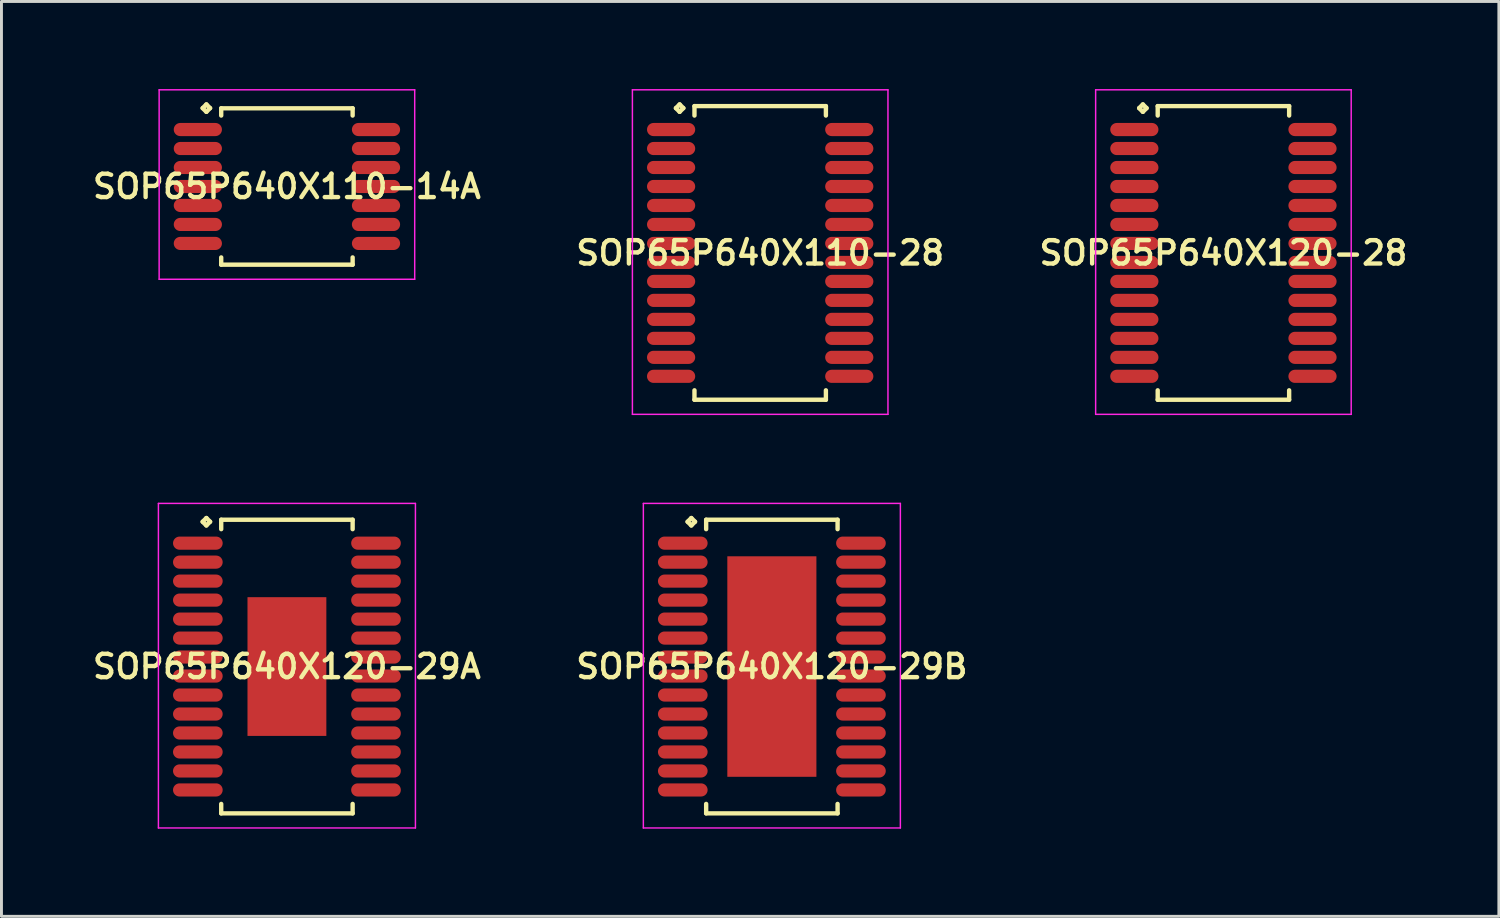
<source format=kicad_pcb>
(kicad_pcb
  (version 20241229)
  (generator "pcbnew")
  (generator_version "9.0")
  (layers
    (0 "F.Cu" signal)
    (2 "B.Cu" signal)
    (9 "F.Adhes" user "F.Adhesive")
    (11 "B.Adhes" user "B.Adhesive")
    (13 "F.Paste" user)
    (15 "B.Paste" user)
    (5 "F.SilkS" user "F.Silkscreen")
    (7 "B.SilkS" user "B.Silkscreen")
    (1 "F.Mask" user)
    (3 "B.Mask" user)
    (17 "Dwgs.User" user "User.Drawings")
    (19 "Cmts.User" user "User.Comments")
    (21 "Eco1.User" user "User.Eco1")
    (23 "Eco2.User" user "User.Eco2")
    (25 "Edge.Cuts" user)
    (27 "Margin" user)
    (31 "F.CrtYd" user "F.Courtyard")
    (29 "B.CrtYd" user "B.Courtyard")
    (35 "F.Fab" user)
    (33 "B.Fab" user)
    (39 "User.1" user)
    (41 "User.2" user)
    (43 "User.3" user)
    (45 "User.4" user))
  (footprint "SOP65P640X110-14A"
    (layer "F.Cu")
    (at 6.774 3.335)
    (property "Reference" "SOP65P640X110-14A" (at 0 0 0) (layer "F.SilkS") (effects (font (size 0.8 0.8) (thickness 0.15))))
    (attr smd)
    (fp_line (start -2.885 -2.683) (end -2.758 -2.81) (stroke (width 0.15) (type solid)) (layer "F.SilkS"))
    (fp_line (start -2.758 -2.81) (end -2.631 -2.683) (stroke (width 0.15) (type solid)) (layer "F.SilkS"))
    (fp_line (start -2.758 -2.556) (end -2.885 -2.683) (stroke (width 0.15) (type solid)) (layer "F.SilkS"))
    (fp_line (start -2.631 -2.683) (end -2.758 -2.556) (stroke (width 0.15) (type solid)) (layer "F.SilkS"))
    (fp_line (start -2.25 -2.677) (end 2.25 -2.677) (stroke (width 0.15) (type solid)) (layer "F.SilkS"))
    (fp_line (start -2.25 -2.429) (end -2.25 -2.677) (stroke (width 0.15) (type solid)) (layer "F.SilkS"))
    (fp_line (start -2.25 2.429) (end -2.25 2.677) (stroke (width 0.15) (type solid)) (layer "F.SilkS"))
    (fp_line (start -2.25 2.677) (end 2.25 2.677) (stroke (width 0.15) (type solid)) (layer "F.SilkS"))
    (fp_line (start 2.25 -2.677) (end 2.25 -2.429) (stroke (width 0.15) (type solid)) (layer "F.SilkS"))
    (fp_line (start 2.25 2.677) (end 2.25 2.429) (stroke (width 0.15) (type solid)) (layer "F.SilkS"))
    (fp_line (start -4.375 -3.31) (end 4.375 -3.31) (stroke (width 0.05) (type solid)) (layer "F.CrtYd"))
    (fp_line (start -4.375 3.177) (end -4.375 -3.31) (stroke (width 0.05) (type solid)) (layer "F.CrtYd"))
    (fp_line (start 4.375 -3.31) (end 4.375 3.177) (stroke (width 0.05) (type solid)) (layer "F.CrtYd"))
    (fp_line (start 4.375 3.177) (end -4.375 3.177) (stroke (width 0.05) (type solid)) (layer "F.CrtYd"))
    (pad "1" smd oval (at -3.05 -1.95) (size 1.65 0.45) (layers "F.Cu" "F.Mask" "F.Paste"))
    (pad "2" smd oval (at -3.05 -1.3) (size 1.65 0.45) (layers "F.Cu" "F.Mask" "F.Paste"))
    (pad "3" smd oval (at -3.05 -0.65) (size 1.65 0.45) (layers "F.Cu" "F.Mask" "F.Paste"))
    (pad "4" smd oval (at -3.05 0) (size 1.65 0.45) (layers "F.Cu" "F.Mask" "F.Paste"))
    (pad "5" smd oval (at -3.05 0.65) (size 1.65 0.45) (layers "F.Cu" "F.Mask" "F.Paste"))
    (pad "6" smd oval (at -3.05 1.3) (size 1.65 0.45) (layers "F.Cu" "F.Mask" "F.Paste"))
    (pad "7" smd oval (at -3.05 1.95) (size 1.65 0.45) (layers "F.Cu" "F.Mask" "F.Paste"))
    (pad "8" smd oval (at 3.05 1.95) (size 1.65 0.45) (layers "F.Cu" "F.Mask" "F.Paste"))
    (pad "9" smd oval (at 3.05 1.3) (size 1.65 0.45) (layers "F.Cu" "F.Mask" "F.Paste"))
    (pad "10" smd oval (at 3.05 0.65) (size 1.65 0.45) (layers "F.Cu" "F.Mask" "F.Paste"))
    (pad "11" smd oval (at 3.05 0) (size 1.65 0.45) (layers "F.Cu" "F.Mask" "F.Paste"))
    (pad "12" smd oval (at 3.05 -0.65) (size 1.65 0.45) (layers "F.Cu" "F.Mask" "F.Paste"))
    (pad "13" smd oval (at 3.05 -1.3) (size 1.65 0.45) (layers "F.Cu" "F.Mask" "F.Paste"))
    (pad "14" smd oval (at 3.05 -1.95) (size 1.65 0.45) (layers "F.Cu" "F.Mask" "F.Paste")))
  (footprint "SOP65P640X120-28"
    (layer "F.Cu")
    (at 38.839 5.61)
    (property "Reference" "SOP65P640X120-28" (at 0 0 0) (layer "F.SilkS") (effects (font (size 0.8 0.8) (thickness 0.15))))
    (attr smd)
    (fp_line (start -2.885 -4.958) (end -2.758 -5.085) (stroke (width 0.15) (type solid)) (layer "F.SilkS"))
    (fp_line (start -2.758 -5.085) (end -2.631 -4.958) (stroke (width 0.15) (type solid)) (layer "F.SilkS"))
    (fp_line (start -2.758 -4.831) (end -2.885 -4.958) (stroke (width 0.15) (type solid)) (layer "F.SilkS"))
    (fp_line (start -2.631 -4.958) (end -2.758 -4.831) (stroke (width 0.15) (type solid)) (layer "F.SilkS"))
    (fp_line (start -2.25 -5.027) (end 2.25 -5.027) (stroke (width 0.15) (type solid)) (layer "F.SilkS"))
    (fp_line (start -2.25 -4.704) (end -2.25 -5.027) (stroke (width 0.15) (type solid)) (layer "F.SilkS"))
    (fp_line (start -2.25 4.704) (end -2.25 5.027) (stroke (width 0.15) (type solid)) (layer "F.SilkS"))
    (fp_line (start -2.25 5.027) (end 2.25 5.027) (stroke (width 0.15) (type solid)) (layer "F.SilkS"))
    (fp_line (start 2.25 -5.027) (end 2.25 -4.704) (stroke (width 0.15) (type solid)) (layer "F.SilkS"))
    (fp_line (start 2.25 5.027) (end 2.25 4.704) (stroke (width 0.15) (type solid)) (layer "F.SilkS"))
    (fp_line (start -4.375 -5.585) (end 4.375 -5.585) (stroke (width 0.05) (type solid)) (layer "F.CrtYd"))
    (fp_line (start -4.375 5.527) (end -4.375 -5.585) (stroke (width 0.05) (type solid)) (layer "F.CrtYd"))
    (fp_line (start 4.375 -5.585) (end 4.375 5.527) (stroke (width 0.05) (type solid)) (layer "F.CrtYd"))
    (fp_line (start 4.375 5.527) (end -4.375 5.527) (stroke (width 0.05) (type solid)) (layer "F.CrtYd"))
    (pad "1" smd oval (at -3.05 -4.225) (size 1.65 0.45) (layers "F.Cu" "F.Mask" "F.Paste"))
    (pad "2" smd oval (at -3.05 -3.575) (size 1.65 0.45) (layers "F.Cu" "F.Mask" "F.Paste"))
    (pad "3" smd oval (at -3.05 -2.925) (size 1.65 0.45) (layers "F.Cu" "F.Mask" "F.Paste"))
    (pad "4" smd oval (at -3.05 -2.275) (size 1.65 0.45) (layers "F.Cu" "F.Mask" "F.Paste"))
    (pad "5" smd oval (at -3.05 -1.625) (size 1.65 0.45) (layers "F.Cu" "F.Mask" "F.Paste"))
    (pad "6" smd oval (at -3.05 -0.975) (size 1.65 0.45) (layers "F.Cu" "F.Mask" "F.Paste"))
    (pad "7" smd oval (at -3.05 -0.325) (size 1.65 0.45) (layers "F.Cu" "F.Mask" "F.Paste"))
    (pad "8" smd oval (at -3.05 0.325) (size 1.65 0.45) (layers "F.Cu" "F.Mask" "F.Paste"))
    (pad "9" smd oval (at -3.05 0.975) (size 1.65 0.45) (layers "F.Cu" "F.Mask" "F.Paste"))
    (pad "10" smd oval (at -3.05 1.625) (size 1.65 0.45) (layers "F.Cu" "F.Mask" "F.Paste"))
    (pad "11" smd oval (at -3.05 2.275) (size 1.65 0.45) (layers "F.Cu" "F.Mask" "F.Paste"))
    (pad "12" smd oval (at -3.05 2.925) (size 1.65 0.45) (layers "F.Cu" "F.Mask" "F.Paste"))
    (pad "13" smd oval (at -3.05 3.575) (size 1.65 0.45) (layers "F.Cu" "F.Mask" "F.Paste"))
    (pad "14" smd oval (at -3.05 4.225) (size 1.65 0.45) (layers "F.Cu" "F.Mask" "F.Paste"))
    (pad "15" smd oval (at 3.05 4.225) (size 1.65 0.45) (layers "F.Cu" "F.Mask" "F.Paste"))
    (pad "16" smd oval (at 3.05 3.575) (size 1.65 0.45) (layers "F.Cu" "F.Mask" "F.Paste"))
    (pad "17" smd oval (at 3.05 2.925) (size 1.65 0.45) (layers "F.Cu" "F.Mask" "F.Paste"))
    (pad "18" smd oval (at 3.05 2.275) (size 1.65 0.45) (layers "F.Cu" "F.Mask" "F.Paste"))
    (pad "19" smd oval (at 3.05 1.625) (size 1.65 0.45) (layers "F.Cu" "F.Mask" "F.Paste"))
    (pad "20" smd oval (at 3.05 0.975) (size 1.65 0.45) (layers "F.Cu" "F.Mask" "F.Paste"))
    (pad "21" smd oval (at 3.05 0.325) (size 1.65 0.45) (layers "F.Cu" "F.Mask" "F.Paste"))
    (pad "22" smd oval (at 3.05 -0.325) (size 1.65 0.45) (layers "F.Cu" "F.Mask" "F.Paste"))
    (pad "23" smd oval (at 3.05 -0.975) (size 1.65 0.45) (layers "F.Cu" "F.Mask" "F.Paste"))
    (pad "24" smd oval (at 3.05 -1.625) (size 1.65 0.45) (layers "F.Cu" "F.Mask" "F.Paste"))
    (pad "25" smd oval (at 3.05 -2.275) (size 1.65 0.45) (layers "F.Cu" "F.Mask" "F.Paste"))
    (pad "26" smd oval (at 3.05 -2.925) (size 1.65 0.45) (layers "F.Cu" "F.Mask" "F.Paste"))
    (pad "27" smd oval (at 3.05 -3.575) (size 1.65 0.45) (layers "F.Cu" "F.Mask" "F.Paste"))
    (pad "28" smd oval (at 3.05 -4.225) (size 1.65 0.45) (layers "F.Cu" "F.Mask" "F.Paste")))
  (footprint "SOP65P640X120-29A"
    (layer "F.Cu")
    (at 6.774 19.772)
    (property "Reference" "SOP65P640X120-29A" (at 0 0 0) (layer "F.SilkS") (effects (font (size 0.8 0.8) (thickness 0.15))))
    (attr smd)
    (fp_line (start -2.885 -4.958) (end -2.758 -5.085) (stroke (width 0.15) (type solid)) (layer "F.SilkS"))
    (fp_line (start -2.758 -5.085) (end -2.631 -4.958) (stroke (width 0.15) (type solid)) (layer "F.SilkS"))
    (fp_line (start -2.758 -4.831) (end -2.885 -4.958) (stroke (width 0.15) (type solid)) (layer "F.SilkS"))
    (fp_line (start -2.631 -4.958) (end -2.758 -4.831) (stroke (width 0.15) (type solid)) (layer "F.SilkS"))
    (fp_line (start -2.25 -5.027) (end 2.25 -5.027) (stroke (width 0.15) (type solid)) (layer "F.SilkS"))
    (fp_line (start -2.25 -4.704) (end -2.25 -5.027) (stroke (width 0.15) (type solid)) (layer "F.SilkS"))
    (fp_line (start -2.25 4.704) (end -2.25 5.027) (stroke (width 0.15) (type solid)) (layer "F.SilkS"))
    (fp_line (start -2.25 5.027) (end 2.25 5.027) (stroke (width 0.15) (type solid)) (layer "F.SilkS"))
    (fp_line (start 2.25 -5.027) (end 2.25 -4.704) (stroke (width 0.15) (type solid)) (layer "F.SilkS"))
    (fp_line (start 2.25 5.027) (end 2.25 4.704) (stroke (width 0.15) (type solid)) (layer "F.SilkS"))
    (fp_line (start -4.4 -5.585) (end 4.4 -5.585) (stroke (width 0.05) (type solid)) (layer "F.CrtYd"))
    (fp_line (start -4.4 5.527) (end -4.4 -5.585) (stroke (width 0.05) (type solid)) (layer "F.CrtYd"))
    (fp_line (start 4.4 -5.585) (end 4.4 5.527) (stroke (width 0.05) (type solid)) (layer "F.CrtYd"))
    (fp_line (start 4.4 5.527) (end -4.4 5.527) (stroke (width 0.05) (type solid)) (layer "F.CrtYd"))
    (pad "1" smd oval (at -3.05 -4.225) (size 1.7 0.45) (layers "F.Cu" "F.Mask" "F.Paste"))
    (pad "2" smd oval (at -3.05 -3.575) (size 1.7 0.45) (layers "F.Cu" "F.Mask" "F.Paste"))
    (pad "3" smd oval (at -3.05 -2.925) (size 1.7 0.45) (layers "F.Cu" "F.Mask" "F.Paste"))
    (pad "4" smd oval (at -3.05 -2.275) (size 1.7 0.45) (layers "F.Cu" "F.Mask" "F.Paste"))
    (pad "5" smd oval (at -3.05 -1.625) (size 1.7 0.45) (layers "F.Cu" "F.Mask" "F.Paste"))
    (pad "6" smd oval (at -3.05 -0.975) (size 1.7 0.45) (layers "F.Cu" "F.Mask" "F.Paste"))
    (pad "7" smd oval (at -3.05 -0.325) (size 1.7 0.45) (layers "F.Cu" "F.Mask" "F.Paste"))
    (pad "8" smd oval (at -3.05 0.325) (size 1.7 0.45) (layers "F.Cu" "F.Mask" "F.Paste"))
    (pad "9" smd oval (at -3.05 0.975) (size 1.7 0.45) (layers "F.Cu" "F.Mask" "F.Paste"))
    (pad "10" smd oval (at -3.05 1.625) (size 1.7 0.45) (layers "F.Cu" "F.Mask" "F.Paste"))
    (pad "11" smd oval (at -3.05 2.275) (size 1.7 0.45) (layers "F.Cu" "F.Mask" "F.Paste"))
    (pad "12" smd oval (at -3.05 2.925) (size 1.7 0.45) (layers "F.Cu" "F.Mask" "F.Paste"))
    (pad "13" smd oval (at -3.05 3.575) (size 1.7 0.45) (layers "F.Cu" "F.Mask" "F.Paste"))
    (pad "14" smd oval (at -3.05 4.225) (size 1.7 0.45) (layers "F.Cu" "F.Mask" "F.Paste"))
    (pad "15" smd oval (at 3.05 4.225) (size 1.7 0.45) (layers "F.Cu" "F.Mask" "F.Paste"))
    (pad "16" smd oval (at 3.05 3.575) (size 1.7 0.45) (layers "F.Cu" "F.Mask" "F.Paste"))
    (pad "17" smd oval (at 3.05 2.925) (size 1.7 0.45) (layers "F.Cu" "F.Mask" "F.Paste"))
    (pad "18" smd oval (at 3.05 2.275) (size 1.7 0.45) (layers "F.Cu" "F.Mask" "F.Paste"))
    (pad "19" smd oval (at 3.05 1.625) (size 1.7 0.45) (layers "F.Cu" "F.Mask" "F.Paste"))
    (pad "20" smd oval (at 3.05 0.975) (size 1.7 0.45) (layers "F.Cu" "F.Mask" "F.Paste"))
    (pad "21" smd oval (at 3.05 0.325) (size 1.7 0.45) (layers "F.Cu" "F.Mask" "F.Paste"))
    (pad "22" smd oval (at 3.05 -0.325) (size 1.7 0.45) (layers "F.Cu" "F.Mask" "F.Paste"))
    (pad "23" smd oval (at 3.05 -0.975) (size 1.7 0.45) (layers "F.Cu" "F.Mask" "F.Paste"))
    (pad "24" smd oval (at 3.05 -1.625) (size 1.7 0.45) (layers "F.Cu" "F.Mask" "F.Paste"))
    (pad "25" smd oval (at 3.05 -2.275) (size 1.7 0.45) (layers "F.Cu" "F.Mask" "F.Paste"))
    (pad "26" smd oval (at 3.05 -2.925) (size 1.7 0.45) (layers "F.Cu" "F.Mask" "F.Paste"))
    (pad "27" smd oval (at 3.05 -3.575) (size 1.7 0.45) (layers "F.Cu" "F.Mask" "F.Paste"))
    (pad "28" smd oval (at 3.05 -4.225) (size 1.7 0.45) (layers "F.Cu" "F.Mask" "F.Paste"))
    (pad "29" smd rect (at 0 0) (size 2.7 4.75) (layers "F.Cu" "F.Mask" "F.Paste")))
  (footprint "SOP65P640X110-28"
    (layer "F.Cu")
    (at 22.978 5.61)
    (property "Reference" "SOP65P640X110-28" (at 0 0 0) (layer "F.SilkS") (effects (font (size 0.8 0.8) (thickness 0.15))))
    (attr smd)
    (fp_line (start -2.885 -4.958) (end -2.758 -5.085) (stroke (width 0.15) (type solid)) (layer "F.SilkS"))
    (fp_line (start -2.758 -5.085) (end -2.631 -4.958) (stroke (width 0.15) (type solid)) (layer "F.SilkS"))
    (fp_line (start -2.758 -4.831) (end -2.885 -4.958) (stroke (width 0.15) (type solid)) (layer "F.SilkS"))
    (fp_line (start -2.631 -4.958) (end -2.758 -4.831) (stroke (width 0.15) (type solid)) (layer "F.SilkS"))
    (fp_line (start -2.25 -5.027) (end 2.25 -5.027) (stroke (width 0.15) (type solid)) (layer "F.SilkS"))
    (fp_line (start -2.25 -4.704) (end -2.25 -5.027) (stroke (width 0.15) (type solid)) (layer "F.SilkS"))
    (fp_line (start -2.25 4.704) (end -2.25 5.027) (stroke (width 0.15) (type solid)) (layer "F.SilkS"))
    (fp_line (start -2.25 5.027) (end 2.25 5.027) (stroke (width 0.15) (type solid)) (layer "F.SilkS"))
    (fp_line (start 2.25 -5.027) (end 2.25 -4.704) (stroke (width 0.15) (type solid)) (layer "F.SilkS"))
    (fp_line (start 2.25 5.027) (end 2.25 4.704) (stroke (width 0.15) (type solid)) (layer "F.SilkS"))
    (fp_line (start -4.375 -5.585) (end 4.375 -5.585) (stroke (width 0.05) (type solid)) (layer "F.CrtYd"))
    (fp_line (start -4.375 5.527) (end -4.375 -5.585) (stroke (width 0.05) (type solid)) (layer "F.CrtYd"))
    (fp_line (start 4.375 -5.585) (end 4.375 5.527) (stroke (width 0.05) (type solid)) (layer "F.CrtYd"))
    (fp_line (start 4.375 5.527) (end -4.375 5.527) (stroke (width 0.05) (type solid)) (layer "F.CrtYd"))
    (pad "1" smd oval (at -3.05 -4.225) (size 1.65 0.45) (layers "F.Cu" "F.Mask" "F.Paste"))
    (pad "2" smd oval (at -3.05 -3.575) (size 1.65 0.45) (layers "F.Cu" "F.Mask" "F.Paste"))
    (pad "3" smd oval (at -3.05 -2.925) (size 1.65 0.45) (layers "F.Cu" "F.Mask" "F.Paste"))
    (pad "4" smd oval (at -3.05 -2.275) (size 1.65 0.45) (layers "F.Cu" "F.Mask" "F.Paste"))
    (pad "5" smd oval (at -3.05 -1.625) (size 1.65 0.45) (layers "F.Cu" "F.Mask" "F.Paste"))
    (pad "6" smd oval (at -3.05 -0.975) (size 1.65 0.45) (layers "F.Cu" "F.Mask" "F.Paste"))
    (pad "7" smd oval (at -3.05 -0.325) (size 1.65 0.45) (layers "F.Cu" "F.Mask" "F.Paste"))
    (pad "8" smd oval (at -3.05 0.325) (size 1.65 0.45) (layers "F.Cu" "F.Mask" "F.Paste"))
    (pad "9" smd oval (at -3.05 0.975) (size 1.65 0.45) (layers "F.Cu" "F.Mask" "F.Paste"))
    (pad "10" smd oval (at -3.05 1.625) (size 1.65 0.45) (layers "F.Cu" "F.Mask" "F.Paste"))
    (pad "11" smd oval (at -3.05 2.275) (size 1.65 0.45) (layers "F.Cu" "F.Mask" "F.Paste"))
    (pad "12" smd oval (at -3.05 2.925) (size 1.65 0.45) (layers "F.Cu" "F.Mask" "F.Paste"))
    (pad "13" smd oval (at -3.05 3.575) (size 1.65 0.45) (layers "F.Cu" "F.Mask" "F.Paste"))
    (pad "14" smd oval (at -3.05 4.225) (size 1.65 0.45) (layers "F.Cu" "F.Mask" "F.Paste"))
    (pad "15" smd oval (at 3.05 4.225) (size 1.65 0.45) (layers "F.Cu" "F.Mask" "F.Paste"))
    (pad "16" smd oval (at 3.05 3.575) (size 1.65 0.45) (layers "F.Cu" "F.Mask" "F.Paste"))
    (pad "17" smd oval (at 3.05 2.925) (size 1.65 0.45) (layers "F.Cu" "F.Mask" "F.Paste"))
    (pad "18" smd oval (at 3.05 2.275) (size 1.65 0.45) (layers "F.Cu" "F.Mask" "F.Paste"))
    (pad "19" smd oval (at 3.05 1.625) (size 1.65 0.45) (layers "F.Cu" "F.Mask" "F.Paste"))
    (pad "20" smd oval (at 3.05 0.975) (size 1.65 0.45) (layers "F.Cu" "F.Mask" "F.Paste"))
    (pad "21" smd oval (at 3.05 0.325) (size 1.65 0.45) (layers "F.Cu" "F.Mask" "F.Paste"))
    (pad "22" smd oval (at 3.05 -0.325) (size 1.65 0.45) (layers "F.Cu" "F.Mask" "F.Paste"))
    (pad "23" smd oval (at 3.05 -0.975) (size 1.65 0.45) (layers "F.Cu" "F.Mask" "F.Paste"))
    (pad "24" smd oval (at 3.05 -1.625) (size 1.65 0.45) (layers "F.Cu" "F.Mask" "F.Paste"))
    (pad "25" smd oval (at 3.05 -2.275) (size 1.65 0.45) (layers "F.Cu" "F.Mask" "F.Paste"))
    (pad "26" smd oval (at 3.05 -2.925) (size 1.65 0.45) (layers "F.Cu" "F.Mask" "F.Paste"))
    (pad "27" smd oval (at 3.05 -3.575) (size 1.65 0.45) (layers "F.Cu" "F.Mask" "F.Paste"))
    (pad "28" smd oval (at 3.05 -4.225) (size 1.65 0.45) (layers "F.Cu" "F.Mask" "F.Paste")))
  (footprint "SOP65P640X120-29B"
    (layer "F.Cu")
    (at 23.378 19.772)
    (property "Reference" "SOP65P640X120-29B" (at 0 0 0) (layer "F.SilkS") (effects (font (size 0.8 0.8) (thickness 0.15))))
    (attr smd)
    (fp_line (start -2.885 -4.958) (end -2.758 -5.085) (stroke (width 0.15) (type solid)) (layer "F.SilkS"))
    (fp_line (start -2.758 -5.085) (end -2.631 -4.958) (stroke (width 0.15) (type solid)) (layer "F.SilkS"))
    (fp_line (start -2.758 -4.831) (end -2.885 -4.958) (stroke (width 0.15) (type solid)) (layer "F.SilkS"))
    (fp_line (start -2.631 -4.958) (end -2.758 -4.831) (stroke (width 0.15) (type solid)) (layer "F.SilkS"))
    (fp_line (start -2.25 -5.027) (end 2.25 -5.027) (stroke (width 0.15) (type solid)) (layer "F.SilkS"))
    (fp_line (start -2.25 -4.704) (end -2.25 -5.027) (stroke (width 0.15) (type solid)) (layer "F.SilkS"))
    (fp_line (start -2.25 4.704) (end -2.25 5.027) (stroke (width 0.15) (type solid)) (layer "F.SilkS"))
    (fp_line (start -2.25 5.027) (end 2.25 5.027) (stroke (width 0.15) (type solid)) (layer "F.SilkS"))
    (fp_line (start 2.25 -5.027) (end 2.25 -4.704) (stroke (width 0.15) (type solid)) (layer "F.SilkS"))
    (fp_line (start 2.25 5.027) (end 2.25 4.704) (stroke (width 0.15) (type solid)) (layer "F.SilkS"))
    (fp_line (start -4.4 -5.585) (end 4.4 -5.585) (stroke (width 0.05) (type solid)) (layer "F.CrtYd"))
    (fp_line (start -4.4 5.527) (end -4.4 -5.585) (stroke (width 0.05) (type solid)) (layer "F.CrtYd"))
    (fp_line (start 4.4 -5.585) (end 4.4 5.527) (stroke (width 0.05) (type solid)) (layer "F.CrtYd"))
    (fp_line (start 4.4 5.527) (end -4.4 5.527) (stroke (width 0.05) (type solid)) (layer "F.CrtYd"))
    (pad "1" smd oval (at -3.05 -4.225) (size 1.7 0.45) (layers "F.Cu" "F.Mask" "F.Paste"))
    (pad "2" smd oval (at -3.05 -3.575) (size 1.7 0.45) (layers "F.Cu" "F.Mask" "F.Paste"))
    (pad "3" smd oval (at -3.05 -2.925) (size 1.7 0.45) (layers "F.Cu" "F.Mask" "F.Paste"))
    (pad "4" smd oval (at -3.05 -2.275) (size 1.7 0.45) (layers "F.Cu" "F.Mask" "F.Paste"))
    (pad "5" smd oval (at -3.05 -1.625) (size 1.7 0.45) (layers "F.Cu" "F.Mask" "F.Paste"))
    (pad "6" smd oval (at -3.05 -0.975) (size 1.7 0.45) (layers "F.Cu" "F.Mask" "F.Paste"))
    (pad "7" smd oval (at -3.05 -0.325) (size 1.7 0.45) (layers "F.Cu" "F.Mask" "F.Paste"))
    (pad "8" smd oval (at -3.05 0.325) (size 1.7 0.45) (layers "F.Cu" "F.Mask" "F.Paste"))
    (pad "9" smd oval (at -3.05 0.975) (size 1.7 0.45) (layers "F.Cu" "F.Mask" "F.Paste"))
    (pad "10" smd oval (at -3.05 1.625) (size 1.7 0.45) (layers "F.Cu" "F.Mask" "F.Paste"))
    (pad "11" smd oval (at -3.05 2.275) (size 1.7 0.45) (layers "F.Cu" "F.Mask" "F.Paste"))
    (pad "12" smd oval (at -3.05 2.925) (size 1.7 0.45) (layers "F.Cu" "F.Mask" "F.Paste"))
    (pad "13" smd oval (at -3.05 3.575) (size 1.7 0.45) (layers "F.Cu" "F.Mask" "F.Paste"))
    (pad "14" smd oval (at -3.05 4.225) (size 1.7 0.45) (layers "F.Cu" "F.Mask" "F.Paste"))
    (pad "15" smd oval (at 3.05 4.225) (size 1.7 0.45) (layers "F.Cu" "F.Mask" "F.Paste"))
    (pad "16" smd oval (at 3.05 3.575) (size 1.7 0.45) (layers "F.Cu" "F.Mask" "F.Paste"))
    (pad "17" smd oval (at 3.05 2.925) (size 1.7 0.45) (layers "F.Cu" "F.Mask" "F.Paste"))
    (pad "18" smd oval (at 3.05 2.275) (size 1.7 0.45) (layers "F.Cu" "F.Mask" "F.Paste"))
    (pad "19" smd oval (at 3.05 1.625) (size 1.7 0.45) (layers "F.Cu" "F.Mask" "F.Paste"))
    (pad "20" smd oval (at 3.05 0.975) (size 1.7 0.45) (layers "F.Cu" "F.Mask" "F.Paste"))
    (pad "21" smd oval (at 3.05 0.325) (size 1.7 0.45) (layers "F.Cu" "F.Mask" "F.Paste"))
    (pad "22" smd oval (at 3.05 -0.325) (size 1.7 0.45) (layers "F.Cu" "F.Mask" "F.Paste"))
    (pad "23" smd oval (at 3.05 -0.975) (size 1.7 0.45) (layers "F.Cu" "F.Mask" "F.Paste"))
    (pad "24" smd oval (at 3.05 -1.625) (size 1.7 0.45) (layers "F.Cu" "F.Mask" "F.Paste"))
    (pad "25" smd oval (at 3.05 -2.275) (size 1.7 0.45) (layers "F.Cu" "F.Mask" "F.Paste"))
    (pad "26" smd oval (at 3.05 -2.925) (size 1.7 0.45) (layers "F.Cu" "F.Mask" "F.Paste"))
    (pad "27" smd oval (at 3.05 -3.575) (size 1.7 0.45) (layers "F.Cu" "F.Mask" "F.Paste"))
    (pad "28" smd oval (at 3.05 -4.225) (size 1.7 0.45) (layers "F.Cu" "F.Mask" "F.Paste"))
    (pad "29" smd rect (at 0 0) (size 3.05 7.55) (layers "F.Cu" "F.Mask" "F.Paste")))
  (gr_rect
    (start -3 -3)
    (end 48.27 28.324)
    (stroke (width 0.1) (type default))
    (fill no)
    (layer "Edge.Cuts")))
</source>
